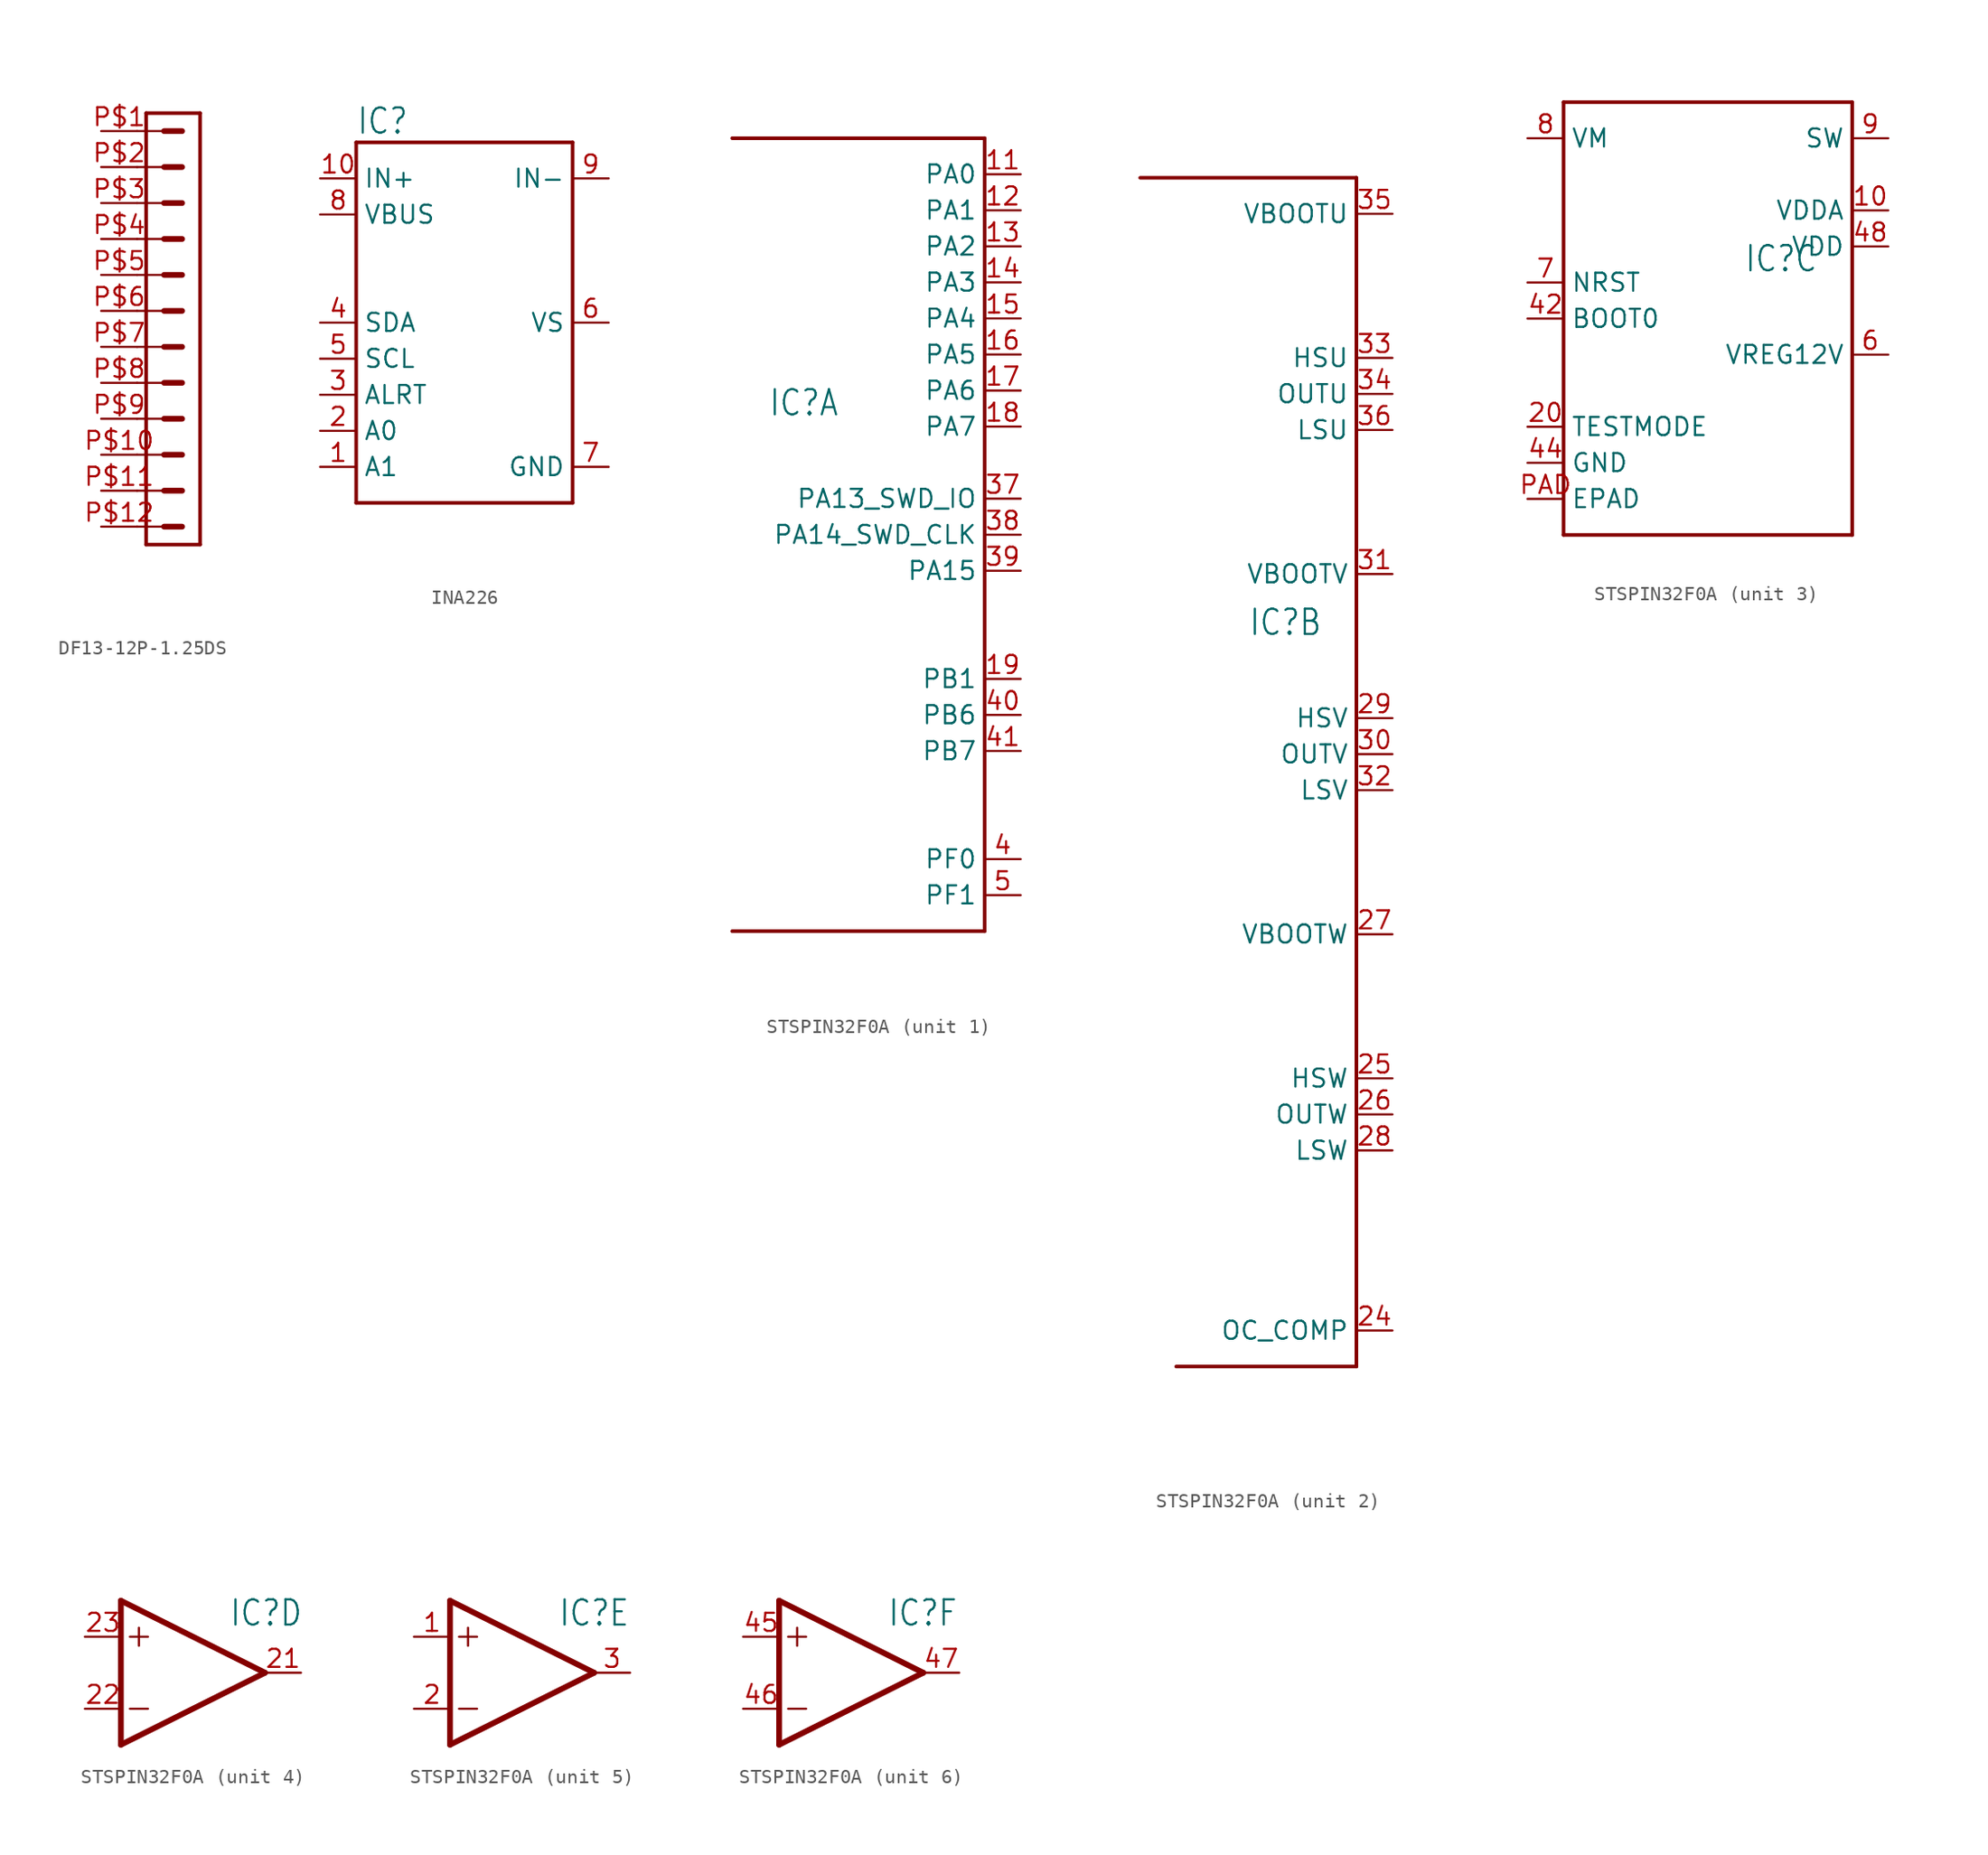
<source format=kicad_sym>
(kicad_symbol_lib
  (version 20231120)
  (generator "kicad_symbol_editor")
  (generator_version "8.0")
  (symbol "DF13-12P-1.25DS"
    (property "Reference" ""
      (at -1.905 20.32 0)
      (effects (font (size 1.778 1.511)) (justify left bottom) (hide yes)))
    (property "Value" ""
      (at -1.905 -14.287 0)
      (effects (font (size 1.778 1.511)) (justify left bottom)))
    (property "ki_locked" ""
      (at 0 0 0)
      (effects (font (size 1.27 1.27))))
    (symbol "DF13-12P-1.25DS_1_0"
      (polyline (pts (xy -2.54 -10.16) (xy -0.635 -10.16)) (stroke (width 0.152) (type solid)) (fill (type none)))
      (polyline (pts (xy -2.54 -7.62) (xy -0.635 -7.62)) (stroke (width 0.152) (type solid)) (fill (type none)))
      (polyline (pts (xy -2.54 -5.08) (xy -0.635 -5.08)) (stroke (width 0.152) (type solid)) (fill (type none)))
      (polyline (pts (xy -2.54 -2.54) (xy -0.635 -2.54)) (stroke (width 0.152) (type solid)) (fill (type none)))
      (polyline (pts (xy -2.54 0) (xy -0.635 0)) (stroke (width 0.152) (type solid)) (fill (type none)))
      (polyline (pts (xy -2.54 2.54) (xy -0.635 2.54)) (stroke (width 0.152) (type solid)) (fill (type none)))
      (polyline (pts (xy -2.54 5.08) (xy -0.635 5.08)) (stroke (width 0.152) (type solid)) (fill (type none)))
      (polyline (pts (xy -2.54 7.62) (xy -0.635 7.62)) (stroke (width 0.152) (type solid)) (fill (type none)))
      (polyline (pts (xy -2.54 10.16) (xy -0.635 10.16)) (stroke (width 0.152) (type solid)) (fill (type none)))
      (polyline (pts (xy -2.54 12.7) (xy -0.635 12.7)) (stroke (width 0.152) (type solid)) (fill (type none)))
      (polyline (pts (xy -2.54 15.24) (xy -0.635 15.24)) (stroke (width 0.152) (type solid)) (fill (type none)))
      (polyline (pts (xy -2.54 17.78) (xy -0.635 17.78)) (stroke (width 0.152) (type solid)) (fill (type none)))
      (polyline (pts (xy -1.905 -11.43) (xy -1.905 19.05)) (stroke (width 0.254) (type solid)) (fill (type none)))
      (polyline (pts (xy -1.905 -11.43) (xy 1.905 -11.43)) (stroke (width 0.254) (type solid)) (fill (type none)))
      (polyline (pts (xy -0.635 -10.16) (xy 0.635 -10.16)) (stroke (width 0.406) (type solid)) (fill (type none)))
      (polyline (pts (xy -0.635 -7.62) (xy 0.635 -7.62)) (stroke (width 0.406) (type solid)) (fill (type none)))
      (polyline (pts (xy -0.635 -5.08) (xy 0.635 -5.08)) (stroke (width 0.406) (type solid)) (fill (type none)))
      (polyline (pts (xy -0.635 -2.54) (xy 0.635 -2.54)) (stroke (width 0.406) (type solid)) (fill (type none)))
      (polyline (pts (xy -0.635 0) (xy 0.635 0)) (stroke (width 0.406) (type solid)) (fill (type none)))
      (polyline (pts (xy -0.635 2.54) (xy 0.635 2.54)) (stroke (width 0.406) (type solid)) (fill (type none)))
      (polyline (pts (xy -0.635 5.08) (xy 0.635 5.08)) (stroke (width 0.406) (type solid)) (fill (type none)))
      (polyline (pts (xy -0.635 7.62) (xy 0.635 7.62)) (stroke (width 0.406) (type solid)) (fill (type none)))
      (polyline (pts (xy -0.635 10.16) (xy 0.635 10.16)) (stroke (width 0.406) (type solid)) (fill (type none)))
      (polyline (pts (xy -0.635 12.7) (xy 0.635 12.7)) (stroke (width 0.406) (type solid)) (fill (type none)))
      (polyline (pts (xy -0.635 15.24) (xy 0.635 15.24)) (stroke (width 0.406) (type solid)) (fill (type none)))
      (polyline (pts (xy -0.635 17.78) (xy 0.635 17.78)) (stroke (width 0.406) (type solid)) (fill (type none)))
      (polyline (pts (xy 1.905 19.05) (xy -1.905 19.05)) (stroke (width 0.254) (type solid)) (fill (type none)))
      (polyline (pts (xy 1.905 19.05) (xy 1.905 -11.43)) (stroke (width 0.254) (type solid)) (fill (type none)))
      (pin passive line (at -5.08 17.78 0) (length 2.54) (name "1" (effects (font (size 0 0)))) (number "P$1" (effects (font (size 1.27 1.27)))))
      (pin passive line (at -5.08 -5.08 0) (length 2.54) (name "10" (effects (font (size 0 0)))) (number "P$10" (effects (font (size 1.27 1.27)))))
      (pin passive line (at -5.08 -7.62 0) (length 2.54) (name "11" (effects (font (size 0 0)))) (number "P$11" (effects (font (size 1.27 1.27)))))
      (pin passive line (at -5.08 -10.16 0) (length 2.54) (name "12" (effects (font (size 0 0)))) (number "P$12" (effects (font (size 1.27 1.27)))))
      (pin passive line (at -5.08 15.24 0) (length 2.54) (name "2" (effects (font (size 0 0)))) (number "P$2" (effects (font (size 1.27 1.27)))))
      (pin passive line (at -5.08 12.7 0) (length 2.54) (name "3" (effects (font (size 0 0)))) (number "P$3" (effects (font (size 1.27 1.27)))))
      (pin passive line (at -5.08 10.16 0) (length 2.54) (name "4" (effects (font (size 0 0)))) (number "P$4" (effects (font (size 1.27 1.27)))))
      (pin passive line (at -5.08 7.62 0) (length 2.54) (name "5" (effects (font (size 0 0)))) (number "P$5" (effects (font (size 1.27 1.27)))))
      (pin passive line (at -5.08 5.08 0) (length 2.54) (name "6" (effects (font (size 0 0)))) (number "P$6" (effects (font (size 1.27 1.27)))))
      (pin passive line (at -5.08 2.54 0) (length 2.54) (name "7" (effects (font (size 0 0)))) (number "P$7" (effects (font (size 1.27 1.27)))))
      (pin passive line (at -5.08 0 0) (length 2.54) (name "8" (effects (font (size 0 0)))) (number "P$8" (effects (font (size 1.27 1.27)))))
      (pin passive line (at -5.08 -2.54 0) (length 2.54) (name "9" (effects (font (size 0 0)))) (number "P$9" (effects (font (size 1.27 1.27)))))))
  (symbol "INA226"
    (property "Reference" "IC"
      (at -7.62 15.24 0)
      (effects (font (size 1.778 1.511)) (justify left top)))
    (property "Value" ""
      (at -7.62 -15.24 0)
      (effects (font (size 1.778 1.511)) (justify left bottom)))
    (property "ki_locked" ""
      (at 0 0 0)
      (effects (font (size 1.27 1.27))))
    (symbol "INA226_1_0"
      (polyline (pts (xy -7.62 -12.7) (xy -7.62 12.7)) (stroke (width 0.254) (type solid)) (fill (type none)))
      (polyline (pts (xy -7.62 12.7) (xy 7.62 12.7)) (stroke (width 0.254) (type solid)) (fill (type none)))
      (polyline (pts (xy 7.62 -12.7) (xy -7.62 -12.7)) (stroke (width 0.254) (type solid)) (fill (type none)))
      (polyline (pts (xy 7.62 12.7) (xy 7.62 -12.7)) (stroke (width 0.254) (type solid)) (fill (type none)))
      (pin bidirectional line (at -10.16 -10.16 0) (length 2.54) (name "A1" (effects (font (size 1.27 1.27)))) (number "1" (effects (font (size 1.27 1.27)))))
      (pin bidirectional line (at -10.16 10.16 0) (length 2.54) (name "IN+" (effects (font (size 1.27 1.27)))) (number "10" (effects (font (size 1.27 1.27)))))
      (pin bidirectional line (at -10.16 -7.62 0) (length 2.54) (name "A0" (effects (font (size 1.27 1.27)))) (number "2" (effects (font (size 1.27 1.27)))))
      (pin bidirectional line (at -10.16 -5.08 0) (length 2.54) (name "ALRT" (effects (font (size 1.27 1.27)))) (number "3" (effects (font (size 1.27 1.27)))))
      (pin bidirectional line (at -10.16 0 0) (length 2.54) (name "SDA" (effects (font (size 1.27 1.27)))) (number "4" (effects (font (size 1.27 1.27)))))
      (pin bidirectional line (at -10.16 -2.54 0) (length 2.54) (name "SCL" (effects (font (size 1.27 1.27)))) (number "5" (effects (font (size 1.27 1.27)))))
      (pin bidirectional line (at 10.16 0 180) (length 2.54) (name "VS" (effects (font (size 1.27 1.27)))) (number "6" (effects (font (size 1.27 1.27)))))
      (pin bidirectional line (at 10.16 -10.16 180) (length 2.54) (name "GND" (effects (font (size 1.27 1.27)))) (number "7" (effects (font (size 1.27 1.27)))))
      (pin bidirectional line (at -10.16 7.62 0) (length 2.54) (name "VBUS" (effects (font (size 1.27 1.27)))) (number "8" (effects (font (size 1.27 1.27)))))
      (pin bidirectional line (at 10.16 10.16 180) (length 2.54) (name "IN-" (effects (font (size 1.27 1.27)))) (number "9" (effects (font (size 1.27 1.27)))))))
  (symbol "STSPIN32F0A"
    (property "Reference" "IC"
      (at 2.54 3.175 0)
      (effects (font (size 1.778 1.511)) (justify left bottom)))
    (property "Value" ""
      (at 2.54 -5.08 0)
      (effects (font (size 1.778 1.511)) (justify left bottom)))
    (property "ki_locked" ""
      (at 0 0 0)
      (effects (font (size 1.27 1.27))))
    (symbol "STSPIN32F0A_1_0"
      (polyline (pts (xy 0 22.86) (xy 17.78 22.86)) (stroke (width 0.254) (type solid)) (fill (type none)))
      (polyline (pts (xy 17.78 -33.02) (xy 0 -33.02)) (stroke (width 0.254) (type solid)) (fill (type none)))
      (polyline (pts (xy 17.78 22.86) (xy 17.78 -33.02)) (stroke (width 0.254) (type solid)) (fill (type none)))
      (pin bidirectional line (at 20.32 20.32 180) (length 2.54) (name "PA0" (effects (font (size 1.27 1.27)))) (number "11" (effects (font (size 1.27 1.27)))))
      (pin bidirectional line (at 20.32 17.78 180) (length 2.54) (name "PA1" (effects (font (size 1.27 1.27)))) (number "12" (effects (font (size 1.27 1.27)))))
      (pin bidirectional line (at 20.32 15.24 180) (length 2.54) (name "PA2" (effects (font (size 1.27 1.27)))) (number "13" (effects (font (size 1.27 1.27)))))
      (pin bidirectional line (at 20.32 12.7 180) (length 2.54) (name "PA3" (effects (font (size 1.27 1.27)))) (number "14" (effects (font (size 1.27 1.27)))))
      (pin bidirectional line (at 20.32 10.16 180) (length 2.54) (name "PA4" (effects (font (size 1.27 1.27)))) (number "15" (effects (font (size 1.27 1.27)))))
      (pin bidirectional line (at 20.32 7.62 180) (length 2.54) (name "PA5" (effects (font (size 1.27 1.27)))) (number "16" (effects (font (size 1.27 1.27)))))
      (pin bidirectional line (at 20.32 5.08 180) (length 2.54) (name "PA6" (effects (font (size 1.27 1.27)))) (number "17" (effects (font (size 1.27 1.27)))))
      (pin bidirectional line (at 20.32 2.54 180) (length 2.54) (name "PA7" (effects (font (size 1.27 1.27)))) (number "18" (effects (font (size 1.27 1.27)))))
      (pin bidirectional line (at 20.32 -15.24 180) (length 2.54) (name "PB1" (effects (font (size 1.27 1.27)))) (number "19" (effects (font (size 1.27 1.27)))))
      (pin bidirectional line (at 20.32 -2.54 180) (length 2.54) (name "PA13_SWD_IO" (effects (font (size 1.27 1.27)))) (number "37" (effects (font (size 1.27 1.27)))))
      (pin bidirectional line (at 20.32 -5.08 180) (length 2.54) (name "PA14_SWD_CLK" (effects (font (size 1.27 1.27)))) (number "38" (effects (font (size 1.27 1.27)))))
      (pin bidirectional line (at 20.32 -7.62 180) (length 2.54) (name "PA15" (effects (font (size 1.27 1.27)))) (number "39" (effects (font (size 1.27 1.27)))))
      (pin bidirectional line (at 20.32 -27.94 180) (length 2.54) (name "PF0" (effects (font (size 1.27 1.27)))) (number "4" (effects (font (size 1.27 1.27)))))
      (pin bidirectional line (at 20.32 -17.78 180) (length 2.54) (name "PB6" (effects (font (size 1.27 1.27)))) (number "40" (effects (font (size 1.27 1.27)))))
      (pin bidirectional line (at 20.32 -20.32 180) (length 2.54) (name "PB7" (effects (font (size 1.27 1.27)))) (number "41" (effects (font (size 1.27 1.27)))))
      (pin bidirectional line (at 20.32 -30.48 180) (length 2.54) (name "PF1" (effects (font (size 1.27 1.27)))) (number "5" (effects (font (size 1.27 1.27))))))
    (symbol "STSPIN32F0A_2_0"
      (polyline (pts (xy -5.08 35.56) (xy 10.16 35.56)) (stroke (width 0.254) (type solid)) (fill (type none)))
      (polyline (pts (xy 10.16 -48.26) (xy -2.54 -48.26)) (stroke (width 0.254) (type solid)) (fill (type none)))
      (polyline (pts (xy 10.16 35.56) (xy 10.16 -48.26)) (stroke (width 0.254) (type solid)) (fill (type none)))
      (pin bidirectional line (at 12.7 -45.72 180) (length 2.54) (name "OC_COMP" (effects (font (size 1.27 1.27)))) (number "24" (effects (font (size 1.27 1.27)))))
      (pin bidirectional line (at 12.7 -27.94 180) (length 2.54) (name "HSW" (effects (font (size 1.27 1.27)))) (number "25" (effects (font (size 1.27 1.27)))))
      (pin bidirectional line (at 12.7 -30.48 180) (length 2.54) (name "OUTW" (effects (font (size 1.27 1.27)))) (number "26" (effects (font (size 1.27 1.27)))))
      (pin bidirectional line (at 12.7 -17.78 180) (length 2.54) (name "VBOOTW" (effects (font (size 1.27 1.27)))) (number "27" (effects (font (size 1.27 1.27)))))
      (pin bidirectional line (at 12.7 -33.02 180) (length 2.54) (name "LSW" (effects (font (size 1.27 1.27)))) (number "28" (effects (font (size 1.27 1.27)))))
      (pin bidirectional line (at 12.7 -2.54 180) (length 2.54) (name "HSV" (effects (font (size 1.27 1.27)))) (number "29" (effects (font (size 1.27 1.27)))))
      (pin bidirectional line (at 12.7 -5.08 180) (length 2.54) (name "OUTV" (effects (font (size 1.27 1.27)))) (number "30" (effects (font (size 1.27 1.27)))))
      (pin bidirectional line (at 12.7 7.62 180) (length 2.54) (name "VBOOTV" (effects (font (size 1.27 1.27)))) (number "31" (effects (font (size 1.27 1.27)))))
      (pin bidirectional line (at 12.7 -7.62 180) (length 2.54) (name "LSV" (effects (font (size 1.27 1.27)))) (number "32" (effects (font (size 1.27 1.27)))))
      (pin bidirectional line (at 12.7 22.86 180) (length 2.54) (name "HSU" (effects (font (size 1.27 1.27)))) (number "33" (effects (font (size 1.27 1.27)))))
      (pin bidirectional line (at 12.7 20.32 180) (length 2.54) (name "OUTU" (effects (font (size 1.27 1.27)))) (number "34" (effects (font (size 1.27 1.27)))))
      (pin bidirectional line (at 12.7 33.02 180) (length 2.54) (name "VBOOTU" (effects (font (size 1.27 1.27)))) (number "35" (effects (font (size 1.27 1.27)))))
      (pin bidirectional line (at 12.7 17.78 180) (length 2.54) (name "LSU" (effects (font (size 1.27 1.27)))) (number "36" (effects (font (size 1.27 1.27))))))
    (symbol "STSPIN32F0A_3_0"
      (polyline (pts (xy -10.16 -15.24) (xy -10.16 15.24)) (stroke (width 0.254) (type solid)) (fill (type none)))
      (polyline (pts (xy -10.16 15.24) (xy 10.16 15.24)) (stroke (width 0.254) (type solid)) (fill (type none)))
      (polyline (pts (xy 10.16 -15.24) (xy -10.16 -15.24)) (stroke (width 0.254) (type solid)) (fill (type none)))
      (polyline (pts (xy 10.16 15.24) (xy 10.16 -15.24)) (stroke (width 0.254) (type solid)) (fill (type none)))
      (pin bidirectional line (at 12.7 7.62 180) (length 2.54) (name "VDDA" (effects (font (size 1.27 1.27)))) (number "10" (effects (font (size 1.27 1.27)))))
      (pin bidirectional line (at -12.7 -7.62 0) (length 2.54) (name "TESTMODE" (effects (font (size 1.27 1.27)))) (number "20" (effects (font (size 1.27 1.27)))))
      (pin bidirectional line (at -12.7 0 0) (length 2.54) (name "BOOT0" (effects (font (size 1.27 1.27)))) (number "42" (effects (font (size 1.27 1.27)))))
      (pin bidirectional line (at -12.7 -10.16 0) (length 2.54) (name "GND" (effects (font (size 1.27 1.27)))) (number "44" (effects (font (size 1.27 1.27)))))
      (pin bidirectional line (at 12.7 5.08 180) (length 2.54) (name "VDD" (effects (font (size 1.27 1.27)))) (number "48" (effects (font (size 1.27 1.27)))))
      (pin bidirectional line (at 12.7 -2.54 180) (length 2.54) (name "VREG12V" (effects (font (size 1.27 1.27)))) (number "6" (effects (font (size 1.27 1.27)))))
      (pin bidirectional line (at -12.7 2.54 0) (length 2.54) (name "NRST" (effects (font (size 1.27 1.27)))) (number "7" (effects (font (size 1.27 1.27)))))
      (pin bidirectional line (at -12.7 12.7 0) (length 2.54) (name "VM" (effects (font (size 1.27 1.27)))) (number "8" (effects (font (size 1.27 1.27)))))
      (pin bidirectional line (at 12.7 12.7 180) (length 2.54) (name "SW" (effects (font (size 1.27 1.27)))) (number "9" (effects (font (size 1.27 1.27)))))
      (pin bidirectional line (at -12.7 -12.7 0) (length 2.54) (name "EPAD" (effects (font (size 1.27 1.27)))) (number "PAD" (effects (font (size 1.27 1.27))))))
    (symbol "STSPIN32F0A_4_0"
      (polyline (pts (xy -5.08 -5.08) (xy 5.08 0)) (stroke (width 0.406) (type solid)) (fill (type none)))
      (polyline (pts (xy -5.08 5.08) (xy -5.08 -5.08)) (stroke (width 0.406) (type solid)) (fill (type none)))
      (polyline (pts (xy -4.445 -2.54) (xy -3.175 -2.54)) (stroke (width 0.152) (type solid)) (fill (type none)))
      (polyline (pts (xy -4.445 2.54) (xy -3.175 2.54)) (stroke (width 0.152) (type solid)) (fill (type none)))
      (polyline (pts (xy -3.81 3.175) (xy -3.81 1.905)) (stroke (width 0.152) (type solid)) (fill (type none)))
      (polyline (pts (xy 5.08 0) (xy -5.08 5.08)) (stroke (width 0.406) (type solid)) (fill (type none)))
      (pin output line (at 7.62 0 180) (length 2.54) (name "OUT" (effects (font (size 0 0)))) (number "21" (effects (font (size 1.27 1.27)))))
      (pin input line (at -7.62 -2.54 0) (length 2.54) (name "-IN" (effects (font (size 0 0)))) (number "22" (effects (font (size 1.27 1.27)))))
      (pin input line (at -7.62 2.54 0) (length 2.54) (name "+IN" (effects (font (size 0 0)))) (number "23" (effects (font (size 1.27 1.27))))))
    (symbol "STSPIN32F0A_5_0"
      (polyline (pts (xy -5.08 -5.08) (xy 5.08 0)) (stroke (width 0.406) (type solid)) (fill (type none)))
      (polyline (pts (xy -5.08 5.08) (xy -5.08 -5.08)) (stroke (width 0.406) (type solid)) (fill (type none)))
      (polyline (pts (xy -4.445 -2.54) (xy -3.175 -2.54)) (stroke (width 0.152) (type solid)) (fill (type none)))
      (polyline (pts (xy -4.445 2.54) (xy -3.175 2.54)) (stroke (width 0.152) (type solid)) (fill (type none)))
      (polyline (pts (xy -3.81 3.175) (xy -3.81 1.905)) (stroke (width 0.152) (type solid)) (fill (type none)))
      (polyline (pts (xy 5.08 0) (xy -5.08 5.08)) (stroke (width 0.406) (type solid)) (fill (type none)))
      (pin input line (at -7.62 2.54 0) (length 2.54) (name "+IN" (effects (font (size 0 0)))) (number "1" (effects (font (size 1.27 1.27)))))
      (pin input line (at -7.62 -2.54 0) (length 2.54) (name "-IN" (effects (font (size 0 0)))) (number "2" (effects (font (size 1.27 1.27)))))
      (pin output line (at 7.62 0 180) (length 2.54) (name "OUT" (effects (font (size 0 0)))) (number "3" (effects (font (size 1.27 1.27))))))
    (symbol "STSPIN32F0A_6_0"
      (polyline (pts (xy -5.08 -5.08) (xy 5.08 0)) (stroke (width 0.406) (type solid)) (fill (type none)))
      (polyline (pts (xy -5.08 5.08) (xy -5.08 -5.08)) (stroke (width 0.406) (type solid)) (fill (type none)))
      (polyline (pts (xy -4.445 -2.54) (xy -3.175 -2.54)) (stroke (width 0.152) (type solid)) (fill (type none)))
      (polyline (pts (xy -4.445 2.54) (xy -3.175 2.54)) (stroke (width 0.152) (type solid)) (fill (type none)))
      (polyline (pts (xy -3.81 3.175) (xy -3.81 1.905)) (stroke (width 0.152) (type solid)) (fill (type none)))
      (polyline (pts (xy 5.08 0) (xy -5.08 5.08)) (stroke (width 0.406) (type solid)) (fill (type none)))
      (pin input line (at -7.62 2.54 0) (length 2.54) (name "+IN" (effects (font (size 0 0)))) (number "45" (effects (font (size 1.27 1.27)))))
      (pin input line (at -7.62 -2.54 0) (length 2.54) (name "-IN" (effects (font (size 0 0)))) (number "46" (effects (font (size 1.27 1.27)))))
      (pin output line (at 7.62 0 180) (length 2.54) (name "OUT" (effects (font (size 0 0)))) (number "47" (effects (font (size 1.27 1.27))))))))
</source>
